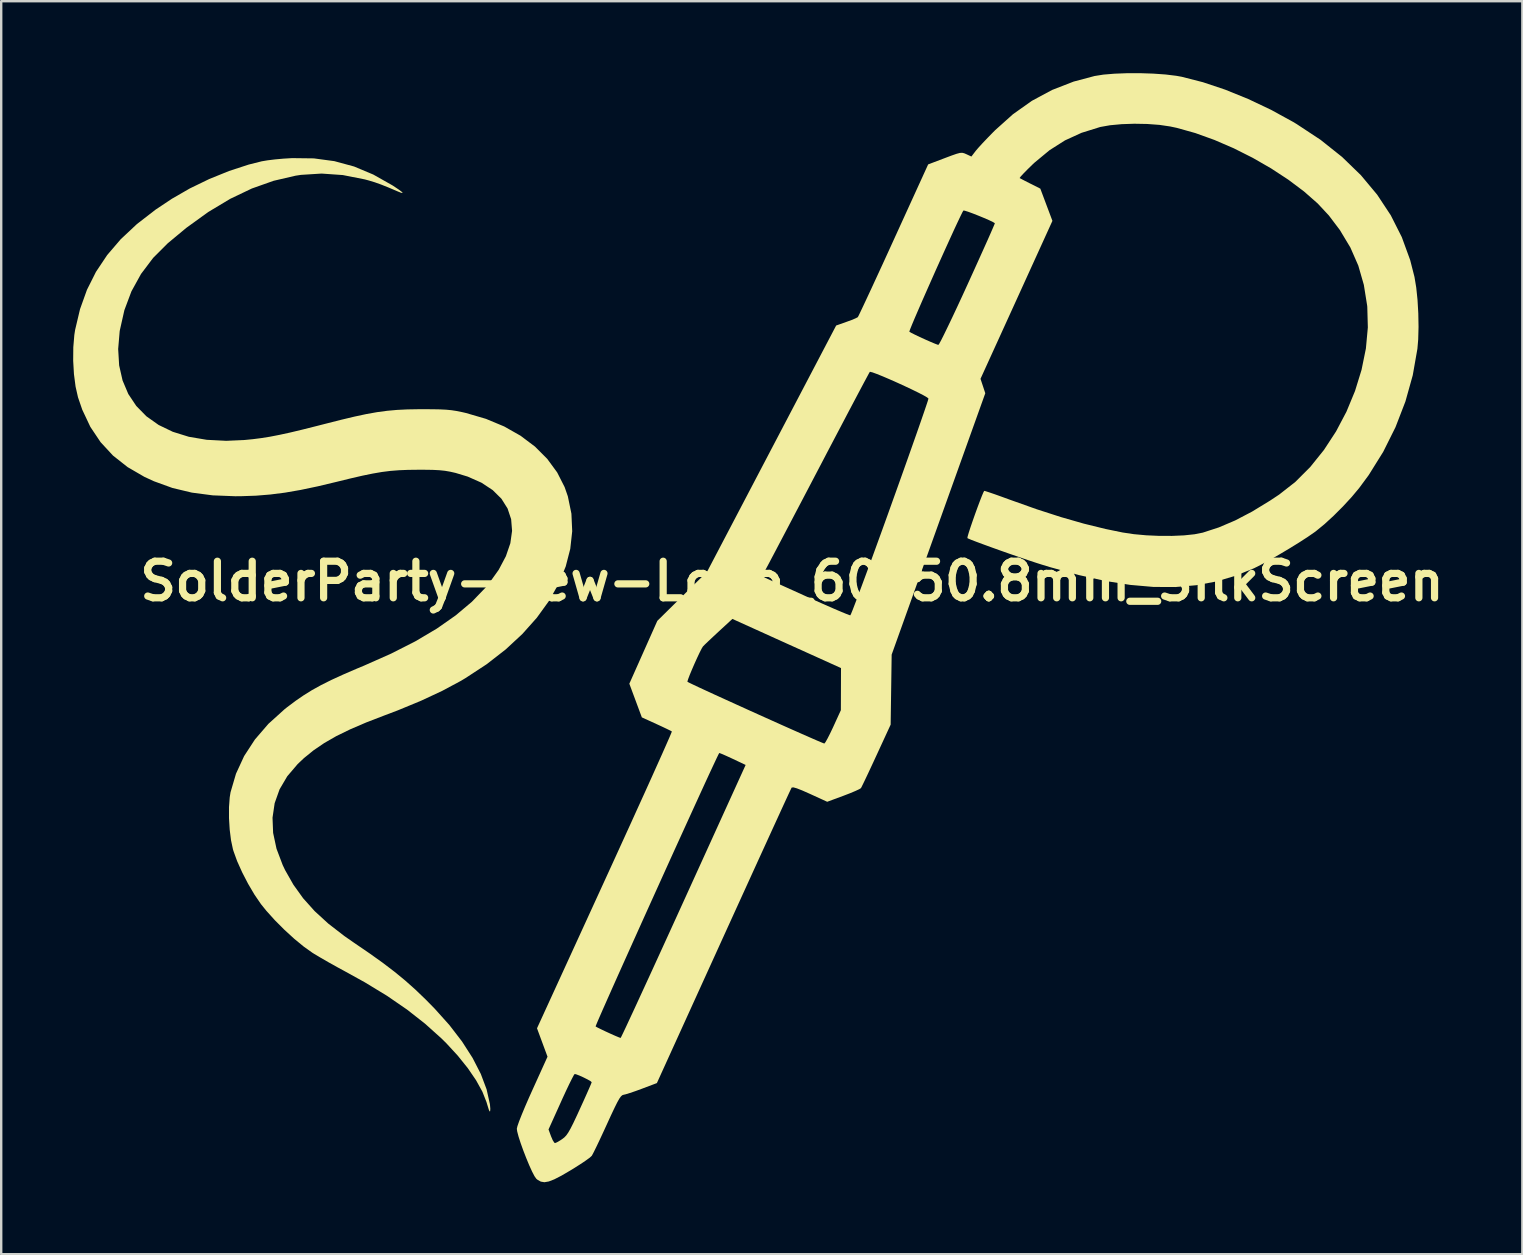
<source format=kicad_pcb>
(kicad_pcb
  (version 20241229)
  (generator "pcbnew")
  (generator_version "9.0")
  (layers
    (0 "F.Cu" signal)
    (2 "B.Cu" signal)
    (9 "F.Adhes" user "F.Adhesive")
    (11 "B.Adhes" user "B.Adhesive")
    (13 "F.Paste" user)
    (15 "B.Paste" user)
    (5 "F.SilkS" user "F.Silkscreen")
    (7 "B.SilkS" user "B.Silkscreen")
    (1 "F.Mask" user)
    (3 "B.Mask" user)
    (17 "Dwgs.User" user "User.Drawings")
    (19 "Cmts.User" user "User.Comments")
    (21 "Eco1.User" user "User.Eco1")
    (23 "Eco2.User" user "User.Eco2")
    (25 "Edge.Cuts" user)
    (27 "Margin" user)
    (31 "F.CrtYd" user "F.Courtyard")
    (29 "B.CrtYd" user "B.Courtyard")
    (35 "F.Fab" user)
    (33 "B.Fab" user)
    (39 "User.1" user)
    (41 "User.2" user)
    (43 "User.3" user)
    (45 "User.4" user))
  (footprint "SolderParty-New-Logo_60x50.8mm_SilkScreen"
    (layer "F.Cu")
    (at 29.959 21.175)
    (property "Reference" "SolderParty-New-Logo_60x50.8mm_SilkScreen" (at 0 0 0) (layer "F.SilkS") (effects (font (size 1.524 1.524) (thickness 0.3))))
    (attr through_hole)
    (fp_poly (pts (xy -19.929 -17.624) (xy -19.074 -17.509) (xy -18.253 -17.286) (xy -17.451 -16.95) (xy -16.654 -16.5) (xy -16.618 -16.477) (xy -16.386 -16.322) (xy -16.255 -16.222) (xy -16.227 -16.18) (xy -16.301 -16.194) (xy -16.438 -16.249) (xy -16.821 -16.412) (xy -17.127 -16.534) (xy -17.39 -16.628) (xy -17.641 -16.704) (xy -17.813 -16.75) (xy -18.722 -16.929) (xy -19.605 -16.991) (xy -20.464 -16.937) (xy -20.693 -16.902) (xy -21.605 -16.69) (xy -22.512 -16.369) (xy -23.419 -15.936) (xy -24.33 -15.389) (xy -25.247 -14.726) (xy -26.016 -14.087) (xy -26.627 -13.476) (xy -27.131 -12.808) (xy -27.531 -12.083) (xy -27.825 -11.299) (xy -28.015 -10.455) (xy -28.021 -10.418) (xy -28.084 -9.679) (xy -28.043 -8.995) (xy -27.901 -8.369) (xy -27.662 -7.804) (xy -27.329 -7.305) (xy -26.906 -6.874) (xy -26.398 -6.514) (xy -25.807 -6.229) (xy -25.138 -6.021) (xy -24.393 -5.895) (xy -23.578 -5.853) (xy -22.831 -5.886) (xy -22.474 -5.921) (xy -22.123 -5.966) (xy -21.758 -6.024) (xy -21.363 -6.101) (xy -20.917 -6.198) (xy -20.403 -6.321) (xy -19.802 -6.472) (xy -19.455 -6.561) (xy -18.797 -6.728) (xy -18.231 -6.863) (xy -17.736 -6.969) (xy -17.291 -7.048) (xy -16.873 -7.104) (xy -16.461 -7.141) (xy -16.034 -7.162) (xy -15.569 -7.17) (xy -15.432 -7.17) (xy -15.009 -7.169) (xy -14.678 -7.163) (xy -14.414 -7.15) (xy -14.188 -7.128) (xy -13.974 -7.095) (xy -13.745 -7.048) (xy -13.584 -7.011) (xy -12.755 -6.768) (xy -11.995 -6.451) (xy -11.312 -6.064) (xy -10.712 -5.612) (xy -10.202 -5.101) (xy -9.788 -4.537) (xy -9.477 -3.925) (xy -9.343 -3.54) (xy -9.194 -2.817) (xy -9.161 -2.084) (xy -9.242 -1.349) (xy -9.432 -0.615) (xy -9.731 0.111) (xy -10.133 0.826) (xy -10.637 1.523) (xy -11.239 2.198) (xy -11.937 2.845) (xy -12.727 3.459) (xy -13.606 4.035) (xy -13.818 4.161) (xy -14.582 4.57) (xy -15.456 4.978) (xy -16.43 5.381) (xy -16.963 5.583) (xy -17.739 5.882) (xy -18.41 6.17) (xy -18.992 6.454) (xy -19.498 6.745) (xy -19.943 7.048) (xy -20.342 7.372) (xy -20.603 7.619) (xy -21.037 8.128) (xy -21.357 8.672) (xy -21.562 9.249) (xy -21.651 9.855) (xy -21.626 10.488) (xy -21.485 11.147) (xy -21.227 11.828) (xy -21.127 12.038) (xy -20.781 12.647) (xy -20.374 13.214) (xy -19.893 13.75) (xy -19.326 14.269) (xy -18.659 14.785) (xy -18.246 15.072) (xy -17.608 15.508) (xy -17.055 15.903) (xy -16.566 16.276) (xy -16.12 16.642) (xy -15.697 17.019) (xy -15.275 17.424) (xy -14.892 17.814) (xy -14.28 18.496) (xy -13.752 19.183) (xy -13.314 19.865) (xy -12.971 20.532) (xy -12.729 21.175) (xy -12.593 21.784) (xy -12.589 21.812) (xy -12.574 21.986) (xy -12.581 22.086) (xy -12.605 22.096) (xy -12.637 22.022) (xy -12.669 21.92) (xy -12.718 21.758) (xy -12.733 21.707) (xy -12.904 21.274) (xy -13.168 20.797) (xy -13.514 20.291) (xy -13.93 19.773) (xy -14.405 19.257) (xy -14.605 19.059) (xy -15.292 18.442) (xy -16.044 17.852) (xy -16.876 17.28) (xy -17.803 16.716) (xy -18.615 16.267) (xy -18.959 16.08) (xy -19.312 15.883) (xy -19.641 15.693) (xy -19.91 15.533) (xy -19.99 15.483) (xy -20.348 15.228) (xy -20.747 14.9) (xy -21.158 14.524) (xy -21.555 14.126) (xy -21.911 13.731) (xy -22.132 13.457) (xy -22.401 13.064) (xy -22.668 12.611) (xy -22.916 12.132) (xy -23.126 11.665) (xy -23.278 11.245) (xy -23.301 11.169) (xy -23.381 10.792) (xy -23.436 10.348) (xy -23.465 9.876) (xy -23.465 9.416) (xy -23.435 9.007) (xy -23.401 8.796) (xy -23.174 8.022) (xy -22.835 7.287) (xy -22.384 6.594) (xy -21.823 5.943) (xy -21.151 5.336) (xy -21.047 5.253) (xy -20.699 4.991) (xy -20.359 4.757) (xy -20.009 4.539) (xy -19.629 4.329) (xy -19.202 4.115) (xy -18.706 3.888) (xy -18.125 3.637) (xy -17.834 3.516) (xy -16.708 3.016) (xy -15.698 2.503) (xy -14.803 1.973) (xy -14.019 1.424) (xy -13.344 0.857) (xy -12.775 0.267) (xy -12.638 0.103) (xy -12.224 -0.478) (xy -11.925 -1.043) (xy -11.739 -1.585) (xy -11.667 -2.101) (xy -11.706 -2.585) (xy -11.855 -3.032) (xy -12.111 -3.439) (xy -12.475 -3.799) (xy -12.944 -4.108) (xy -13.517 -4.362) (xy -14.023 -4.515) (xy -14.252 -4.567) (xy -14.468 -4.604) (xy -14.701 -4.628) (xy -14.979 -4.642) (xy -15.332 -4.647) (xy -15.582 -4.647) (xy -16.003 -4.642) (xy -16.379 -4.627) (xy -16.735 -4.599) (xy -17.092 -4.554) (xy -17.475 -4.488) (xy -17.905 -4.4) (xy -18.406 -4.284) (xy -18.965 -4.147) (xy -19.765 -3.956) (xy -20.479 -3.806) (xy -21.13 -3.693) (xy -21.744 -3.615) (xy -22.345 -3.566) (xy -22.959 -3.545) (xy -23.201 -3.543) (xy -24.145 -3.58) (xy -25.013 -3.694) (xy -25.823 -3.888) (xy -26.594 -4.168) (xy -26.991 -4.351) (xy -27.692 -4.758) (xy -28.3 -5.238) (xy -28.816 -5.796) (xy -29.243 -6.433) (xy -29.582 -7.152) (xy -29.758 -7.666) (xy -29.859 -8.111) (xy -29.927 -8.633) (xy -29.959 -9.192) (xy -29.954 -9.75) (xy -29.911 -10.266) (xy -29.878 -10.478) (xy -29.673 -11.343) (xy -29.385 -12.146) (xy -29.01 -12.894) (xy -28.542 -13.595) (xy -27.975 -14.257) (xy -27.303 -14.886) (xy -26.522 -15.49) (xy -25.85 -15.938) (xy -25.098 -16.371) (xy -24.29 -16.763) (xy -23.461 -17.099) (xy -22.647 -17.365) (xy -22.097 -17.503) (xy -21.859 -17.543) (xy -21.542 -17.582) (xy -21.187 -17.614) (xy -20.835 -17.635) (xy -20.83 -17.635)) (stroke (width 0) (type solid)) (fill yes) (layer "F.SilkS"))
    (fp_poly (pts (xy 15.052 -21.157) (xy 15.565 -21.121) (xy 16.016 -21.066) (xy 16.243 -21.025) (xy 17.128 -20.798) (xy 18.06 -20.486) (xy 19.014 -20.099) (xy 19.965 -19.648) (xy 20.886 -19.143) (xy 21.029 -19.057) (xy 22.031 -18.396) (xy 22.925 -17.684) (xy 23.71 -16.923) (xy 24.387 -16.112) (xy 24.955 -15.252) (xy 25.414 -14.343) (xy 25.763 -13.387) (xy 25.943 -12.682) (xy 26.016 -12.241) (xy 26.07 -11.722) (xy 26.102 -11.162) (xy 26.112 -10.601) (xy 26.098 -10.078) (xy 26.065 -9.69) (xy 25.871 -8.586) (xy 25.565 -7.492) (xy 25.152 -6.422) (xy 24.639 -5.393) (xy 24.034 -4.423) (xy 23.635 -3.882) (xy 23.322 -3.508) (xy 22.959 -3.115) (xy 22.574 -2.73) (xy 22.195 -2.382) (xy 21.85 -2.099) (xy 21.78 -2.046) (xy 21.492 -1.847) (xy 21.134 -1.615) (xy 20.732 -1.367) (xy 20.315 -1.119) (xy 19.912 -0.887) (xy 19.55 -0.69) (xy 19.258 -0.543) (xy 19.245 -0.537) (xy 18.472 -0.224) (xy 17.675 0.011) (xy 16.847 0.166) (xy 15.98 0.241) (xy 15.065 0.237) (xy 14.096 0.152) (xy 13.063 -0.012) (xy 11.959 -0.257) (xy 10.776 -0.582) (xy 10.418 -0.691) (xy 10.148 -0.777) (xy 9.823 -0.885) (xy 9.461 -1.009) (xy 9.078 -1.141) (xy 8.692 -1.277) (xy 8.321 -1.41) (xy 7.984 -1.533) (xy 7.696 -1.64) (xy 7.476 -1.724) (xy 7.341 -1.781) (xy 7.309 -1.799) (xy 7.318 -1.861) (xy 7.362 -2.013) (xy 7.433 -2.233) (xy 7.523 -2.497) (xy 7.624 -2.784) (xy 7.728 -3.071) (xy 7.827 -3.335) (xy 7.913 -3.555) (xy 7.977 -3.707) (xy 8.011 -3.768) (xy 8.07 -3.753) (xy 8.224 -3.703) (xy 8.455 -3.624) (xy 8.746 -3.52) (xy 9.078 -3.399) (xy 9.098 -3.392) (xy 10.195 -3.002) (xy 11.21 -2.674) (xy 12.162 -2.401) (xy 13.07 -2.178) (xy 13.781 -2.032) (xy 14.249 -1.962) (xy 14.766 -1.915) (xy 15.305 -1.891) (xy 15.838 -1.89) (xy 16.338 -1.912) (xy 16.775 -1.958) (xy 17.123 -2.027) (xy 17.125 -2.028) (xy 17.791 -2.245) (xy 18.469 -2.534) (xy 19.176 -2.904) (xy 19.926 -3.362) (xy 20.304 -3.613) (xy 20.978 -4.141) (xy 21.602 -4.766) (xy 22.17 -5.473) (xy 22.675 -6.246) (xy 23.109 -7.07) (xy 23.465 -7.93) (xy 23.737 -8.812) (xy 23.918 -9.7) (xy 23.999 -10.578) (xy 23.976 -11.433) (xy 23.97 -11.493) (xy 23.832 -12.354) (xy 23.602 -13.154) (xy 23.271 -13.909) (xy 22.833 -14.638) (xy 22.374 -15.245) (xy 21.907 -15.746) (xy 21.338 -16.246) (xy 20.685 -16.736) (xy 19.968 -17.206) (xy 19.203 -17.646) (xy 18.41 -18.045) (xy 17.606 -18.392) (xy 16.81 -18.679) (xy 16.039 -18.895) (xy 15.762 -18.954) (xy 15.315 -19.02) (xy 14.805 -19.058) (xy 14.267 -19.068) (xy 13.739 -19.05) (xy 13.254 -19.005) (xy 12.849 -18.933) (xy 12.829 -18.927) (xy 12.068 -18.69) (xy 11.377 -18.374) (xy 10.733 -17.965) (xy 10.112 -17.451) (xy 10.005 -17.351) (xy 9.801 -17.151) (xy 9.637 -16.983) (xy 9.527 -16.863) (xy 9.487 -16.806) (xy 9.487 -16.804) (xy 9.552 -16.769) (xy 9.695 -16.694) (xy 9.889 -16.595) (xy 9.933 -16.573) (xy 10.349 -16.363) (xy 10.853 -15.02) (xy 9.355 -11.728) (xy 7.856 -8.437) (xy 7.956 -8.136) (xy 8.055 -7.836) (xy 6.104 -2.389) (xy 4.153 3.058) (xy 4.111 5.975) (xy 3.516 7.266) (xy 3.346 7.633) (xy 3.191 7.965) (xy 3.058 8.246) (xy 2.955 8.46) (xy 2.89 8.59) (xy 2.872 8.623) (xy 2.799 8.668) (xy 2.637 8.743) (xy 2.41 8.838) (xy 2.145 8.94) (xy 1.467 9.191) (xy 0.748 8.862) (xy 0.428 8.72) (xy 0.201 8.631) (xy 0.059 8.591) (xy -0.012 8.598) (xy -0.018 8.605) (xy -0.049 8.668) (xy -0.127 8.834) (xy -0.247 9.094) (xy -0.408 9.443) (xy -0.605 9.874) (xy -0.836 10.378) (xy -1.097 10.95) (xy -1.386 11.582) (xy -1.698 12.267) (xy -2.031 12.998) (xy -2.382 13.768) (xy -2.747 14.57) (xy -2.85 14.796) (xy -5.632 20.915) (xy -6.254 21.15) (xy -6.521 21.248) (xy -6.76 21.329) (xy -6.94 21.384) (xy -7.019 21.402) (xy -7.073 21.42) (xy -7.129 21.47) (xy -7.197 21.564) (xy -7.283 21.717) (xy -7.395 21.942) (xy -7.541 22.251) (xy -7.71 22.62) (xy -7.875 22.979) (xy -8.028 23.307) (xy -8.161 23.586) (xy -8.266 23.798) (xy -8.333 23.925) (xy -8.347 23.947) (xy -8.428 24.022) (xy -8.593 24.142) (xy -8.821 24.295) (xy -9.091 24.467) (xy -9.239 24.557) (xy -9.614 24.776) (xy -9.908 24.927) (xy -10.138 25.016) (xy -10.32 25.047) (xy -10.469 25.022) (xy -10.603 24.947) (xy -10.655 24.905) (xy -10.731 24.798) (xy -10.833 24.603) (xy -10.952 24.341) (xy -11.077 24.04) (xy -11.2 23.723) (xy -11.31 23.416) (xy -11.398 23.143) (xy -11.454 22.929) (xy -11.465 22.848) (xy -10.148 22.848) (xy -10.043 23.133) (xy -9.973 23.296) (xy -9.907 23.398) (xy -9.878 23.416) (xy -9.797 23.383) (xy -9.658 23.302) (xy -9.579 23.249) (xy -9.49 23.181) (xy -9.409 23.096) (xy -9.326 22.978) (xy -9.23 22.81) (xy -9.112 22.576) (xy -8.962 22.259) (xy -8.846 22.005) (xy -8.694 21.672) (xy -8.561 21.375) (xy -8.454 21.133) (xy -8.381 20.963) (xy -8.35 20.881) (xy -8.349 20.878) (xy -8.398 20.834) (xy -8.522 20.763) (xy -8.687 20.68) (xy -8.856 20.603) (xy -8.995 20.55) (xy -9.058 20.536) (xy -9.096 20.588) (xy -9.174 20.735) (xy -9.285 20.958) (xy -9.421 21.244) (xy -9.574 21.575) (xy -9.626 21.692) (xy -10.148 22.848) (xy -11.465 22.848) (xy -11.469 22.816) (xy -11.444 22.71) (xy -11.375 22.512) (xy -11.267 22.237) (xy -11.127 21.9) (xy -10.961 21.518) (xy -10.829 21.225) (xy -10.19 19.815) (xy -10.409 19.224) (xy -10.628 18.632) (xy -10.593 18.555) (xy -8.186 18.555) (xy -8.114 18.596) (xy -7.965 18.67) (xy -7.77 18.763) (xy -7.559 18.86) (xy -7.363 18.947) (xy -7.214 19.009) (xy -7.143 19.034) (xy -7.114 18.98) (xy -7.039 18.825) (xy -6.92 18.574) (xy -6.763 18.236) (xy -6.568 17.817) (xy -6.341 17.324) (xy -6.084 16.766) (xy -5.8 16.148) (xy -5.494 15.478) (xy -5.167 14.763) (xy -4.824 14.011) (xy -4.521 13.346) (xy -1.933 7.656) (xy -2.476 7.399) (xy -2.706 7.293) (xy -2.89 7.211) (xy -3.006 7.165) (xy -3.033 7.159) (xy -3.07 7.227) (xy -3.151 7.395) (xy -3.272 7.653) (xy -3.431 7.993) (xy -3.622 8.407) (xy -3.841 8.885) (xy -4.085 9.419) (xy -4.35 10) (xy -4.632 10.619) (xy -4.927 11.267) (xy -5.23 11.936) (xy -5.538 12.617) (xy -5.847 13.3) (xy -6.153 13.978) (xy -6.452 14.642) (xy -6.74 15.283) (xy -7.013 15.891) (xy -7.268 16.459) (xy -7.499 16.977) (xy -7.703 17.436) (xy -7.877 17.829) (xy -8.016 18.146) (xy -8.116 18.378) (xy -8.173 18.517) (xy -8.186 18.555) (xy -10.593 18.555) (xy -7.802 12.462) (xy -7.431 11.651) (xy -7.075 10.87) (xy -6.736 10.127) (xy -6.419 9.428) (xy -6.125 8.781) (xy -5.859 8.192) (xy -5.624 7.668) (xy -5.421 7.216) (xy -5.256 6.843) (xy -5.13 6.557) (xy -5.047 6.363) (xy -5.01 6.269) (xy -5.008 6.26) (xy -5.073 6.224) (xy -5.224 6.15) (xy -5.437 6.049) (xy -5.65 5.951) (xy -6.259 5.673) (xy -6.78 4.27) (xy -6.738 4.176) (xy -4.359 4.176) (xy -4.358 4.189) (xy -4.293 4.225) (xy -4.132 4.303) (xy -3.887 4.419) (xy -3.571 4.565) (xy -3.196 4.738) (xy -2.774 4.93) (xy -2.319 5.137) (xy -1.843 5.353) (xy -1.358 5.572) (xy -0.877 5.788) (xy -0.412 5.997) (xy 0.024 6.191) (xy 0.419 6.366) (xy 0.76 6.516) (xy 1.035 6.636) (xy 1.231 6.719) (xy 1.335 6.76) (xy 1.349 6.763) (xy 1.395 6.705) (xy 1.478 6.559) (xy 1.587 6.345) (xy 1.71 6.087) (xy 1.722 6.06) (xy 2.036 5.374) (xy 2.039 4.496) (xy 2.042 3.618) (xy 0.676 3) (xy 0.233 2.8) (xy -0.235 2.589) (xy -0.697 2.38) (xy -1.122 2.187) (xy -1.48 2.025) (xy -1.588 1.976) (xy -2.485 1.57) (xy -3.066 2.105) (xy -3.289 2.312) (xy -3.482 2.494) (xy -3.628 2.633) (xy -3.707 2.713) (xy -3.712 2.718) (xy -3.768 2.81) (xy -3.853 2.978) (xy -3.956 3.196) (xy -4.066 3.44) (xy -4.172 3.685) (xy -4.264 3.906) (xy -4.329 4.078) (xy -4.359 4.176) (xy -6.738 4.176) (xy -6.197 2.961) (xy -5.614 1.651) (xy -4.579 0.63) (xy -3.732 -0.204) (xy -1.254 -0.204) (xy 0.559 0.617) (xy 0.994 0.813) (xy 1.396 0.991) (xy 1.75 1.146) (xy 2.044 1.271) (xy 2.264 1.362) (xy 2.396 1.412) (xy 2.43 1.42) (xy 2.459 1.362) (xy 2.525 1.2) (xy 2.625 0.941) (xy 2.756 0.595) (xy 2.914 0.17) (xy 3.097 -0.325) (xy 3.302 -0.881) (xy 3.524 -1.491) (xy 3.762 -2.146) (xy 4.011 -2.837) (xy 4.093 -3.067) (xy 4.345 -3.769) (xy 4.584 -4.438) (xy 4.808 -5.068) (xy 5.013 -5.648) (xy 5.197 -6.17) (xy 5.356 -6.625) (xy 5.487 -7.005) (xy 5.588 -7.3) (xy 5.655 -7.503) (xy 5.685 -7.605) (xy 5.687 -7.614) (xy 5.631 -7.662) (xy 5.485 -7.747) (xy 5.267 -7.86) (xy 4.997 -7.992) (xy 4.694 -8.135) (xy 4.377 -8.28) (xy 4.065 -8.418) (xy 3.778 -8.541) (xy 3.534 -8.639) (xy 3.353 -8.705) (xy 3.254 -8.729) (xy 3.242 -8.726) (xy 3.207 -8.666) (xy 3.122 -8.508) (xy 2.989 -8.261) (xy 2.815 -7.933) (xy 2.604 -7.534) (xy 2.359 -7.071) (xy 2.087 -6.553) (xy 1.791 -5.99) (xy 1.475 -5.389) (xy 1.232 -4.924) (xy 0.898 -4.287) (xy 0.575 -3.67) (xy 0.267 -3.083) (xy -0.02 -2.537) (xy -0.28 -2.041) (xy -0.51 -1.605) (xy -0.702 -1.239) (xy -0.853 -0.954) (xy -0.956 -0.758) (xy -0.994 -0.687) (xy -1.254 -0.204) (xy -3.732 -0.204) (xy -3.543 -0.39) (xy -0.852 -5.524) (xy 1.705 -10.401) (xy 4.89 -10.401) (xy 4.964 -10.356) (xy 5.119 -10.278) (xy 5.326 -10.179) (xy 5.554 -10.075) (xy 5.776 -9.977) (xy 5.96 -9.9) (xy 6.078 -9.856) (xy 6.101 -9.851) (xy 6.138 -9.903) (xy 6.22 -10.054) (xy 6.34 -10.293) (xy 6.494 -10.61) (xy 6.677 -10.992) (xy 6.883 -11.431) (xy 7.107 -11.914) (xy 7.319 -12.377) (xy 7.553 -12.892) (xy 7.77 -13.372) (xy 7.966 -13.807) (xy 8.136 -14.185) (xy 8.274 -14.497) (xy 8.376 -14.731) (xy 8.438 -14.877) (xy 8.454 -14.923) (xy 8.371 -14.973) (xy 8.211 -15.05) (xy 8.001 -15.141) (xy 7.768 -15.237) (xy 7.539 -15.327) (xy 7.34 -15.4) (xy 7.199 -15.444) (xy 7.143 -15.451) (xy 7.101 -15.378) (xy 7.019 -15.211) (xy 6.901 -14.963) (xy 6.754 -14.648) (xy 6.585 -14.278) (xy 6.398 -13.867) (xy 6.2 -13.428) (xy 5.996 -12.974) (xy 5.794 -12.519) (xy 5.598 -12.076) (xy 5.414 -11.658) (xy 5.249 -11.278) (xy 5.108 -10.951) (xy 4.998 -10.688) (xy 4.923 -10.503) (xy 4.891 -10.41) (xy 4.89 -10.401) (xy 1.705 -10.401) (xy 1.84 -10.658) (xy 2.266 -10.809) (xy 2.479 -10.887) (xy 2.647 -10.957) (xy 2.738 -11.004) (xy 2.742 -11.008) (xy 2.776 -11.07) (xy 2.854 -11.232) (xy 2.973 -11.483) (xy 3.128 -11.814) (xy 3.315 -12.215) (xy 3.528 -12.677) (xy 3.764 -13.188) (xy 4.017 -13.741) (xy 4.233 -14.215) (xy 5.674 -17.373) (xy 6.365 -17.635) (xy 6.655 -17.744) (xy 6.856 -17.814) (xy 6.994 -17.851) (xy 7.092 -17.857) (xy 7.175 -17.838) (xy 7.266 -17.799) (xy 7.476 -17.701) (xy 7.653 -17.933) (xy 7.76 -18.059) (xy 7.932 -18.248) (xy 8.148 -18.475) (xy 8.386 -18.719) (xy 8.464 -18.797) (xy 9.209 -19.465) (xy 9.997 -20.023) (xy 10.838 -20.475) (xy 11.738 -20.825) (xy 12.61 -21.057) (xy 12.982 -21.116) (xy 13.442 -21.154) (xy 13.961 -21.174) (xy 14.507 -21.175)) (stroke (width 0) (type solid)) (fill yes) (layer "F.SilkS")))
  (gr_rect
    (start -3 -3)
    (end 60.398 49.221)
    (stroke (width 0.1) (type default))
    (fill no)
    (layer "Edge.Cuts")))
</source>
